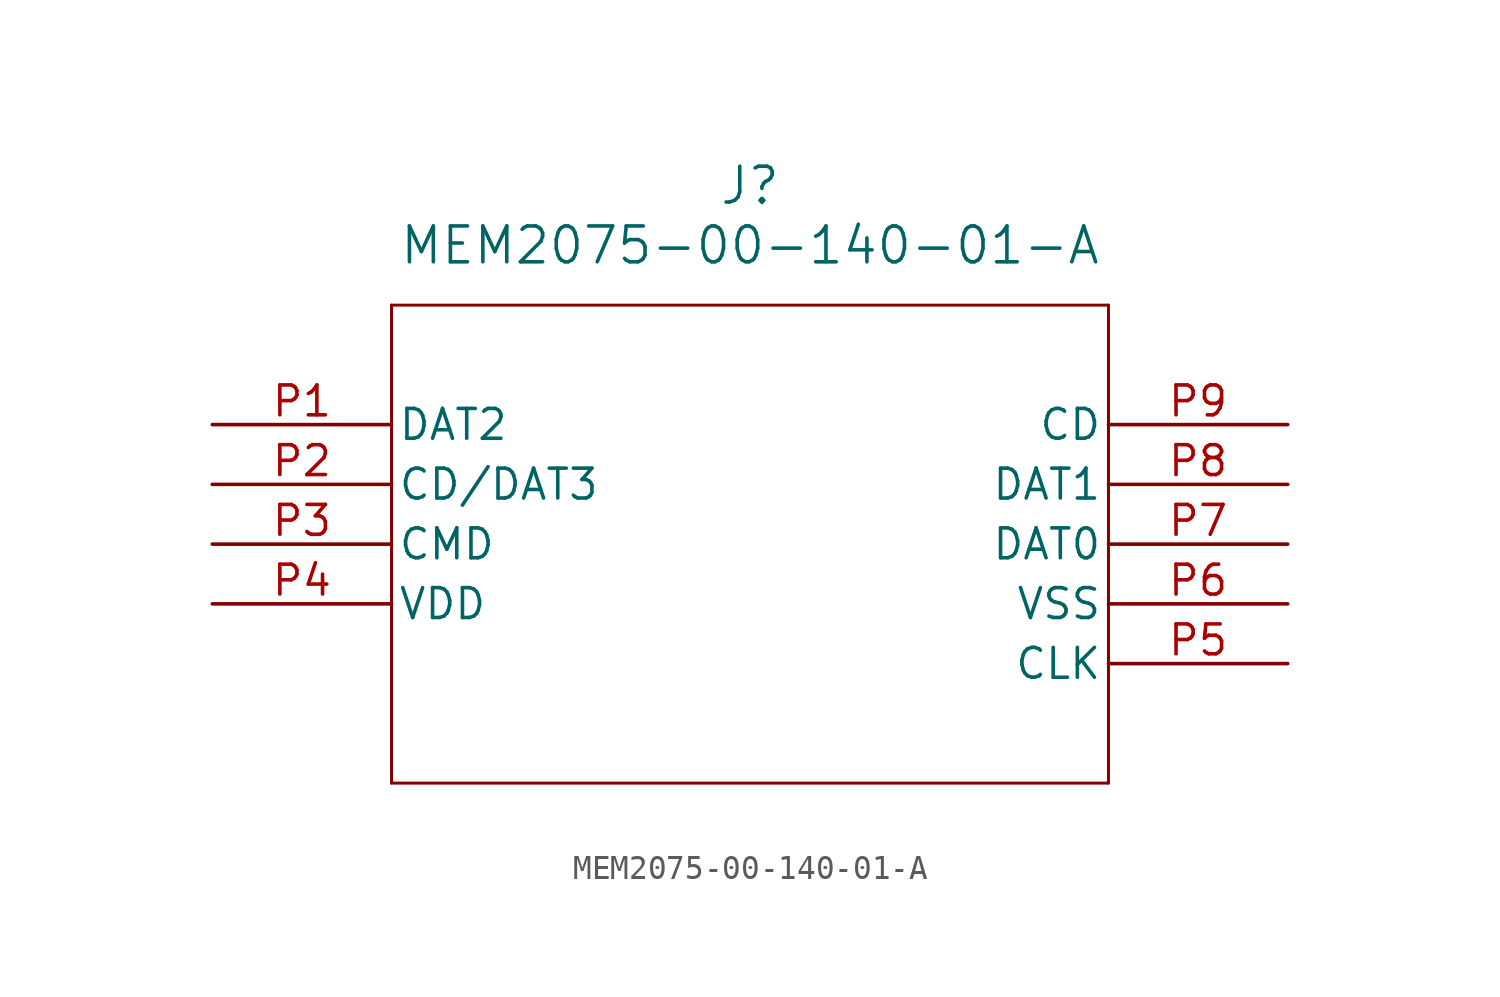
<source format=kicad_sym>
(kicad_symbol_lib
  (version 20211014)
  (generator kicad_symbol_editor)
  (symbol "MEM2075-00-140-01-A"
    (pin_names
      (offset 0.254))
    (property "Reference" "J"
      (at 22.86 10.16 0)
      (effects (font (size 1.524 1.524))))
    (property "Value" "MEM2075-00-140-01-A"
      (at 22.86 7.62 0)
      (effects (font (size 1.524 1.524))))
    (symbol "MEM2075-00-140-01-A_0_1"
      (polyline (pts (xy 7.62 5.08) (xy 7.62 -15.24)) (stroke (width 0.127) (type default) (color 0 0 0 0)) (fill (type none)))
      (polyline (pts (xy 7.62 -15.24) (xy 38.1 -15.24)) (stroke (width 0.127) (type default) (color 0 0 0 0)) (fill (type none)))
      (polyline (pts (xy 38.1 -15.24) (xy 38.1 5.08)) (stroke (width 0.127) (type default) (color 0 0 0 0)) (fill (type none)))
      (polyline (pts (xy 38.1 5.08) (xy 7.62 5.08)) (stroke (width 0.127) (type default) (color 0 0 0 0)) (fill (type none)))
      (pin bidirectional line (at 0 0 0) (length 7.62) (name "DAT2" (effects (font (size 1.27 1.27)))) (number "P1" (effects (font (size 1.27 1.27)))))
      (pin unspecified line (at 0 -2.54 0) (length 7.62) (name "CD/DAT3" (effects (font (size 1.27 1.27)))) (number "P2" (effects (font (size 1.27 1.27)))))
      (pin unspecified line (at 0 -5.08 0) (length 7.62) (name "CMD" (effects (font (size 1.27 1.27)))) (number "P3" (effects (font (size 1.27 1.27)))))
      (pin power_in line (at 0 -7.62 0) (length 7.62) (name "VDD" (effects (font (size 1.27 1.27)))) (number "P4" (effects (font (size 1.27 1.27)))))
      (pin unspecified line (at 45.72 -10.16 180) (length 7.62) (name "CLK" (effects (font (size 1.27 1.27)))) (number "P5" (effects (font (size 1.27 1.27)))))
      (pin power_out line (at 45.72 -7.62 180) (length 7.62) (name "VSS" (effects (font (size 1.27 1.27)))) (number "P6" (effects (font (size 1.27 1.27)))))
      (pin bidirectional line (at 45.72 -5.08 180) (length 7.62) (name "DAT0" (effects (font (size 1.27 1.27)))) (number "P7" (effects (font (size 1.27 1.27)))))
      (pin bidirectional line (at 45.72 -2.54 180) (length 7.62) (name "DAT1" (effects (font (size 1.27 1.27)))) (number "P8" (effects (font (size 1.27 1.27)))))
      (pin unspecified line (at 45.72 0 180) (length 7.62) (name "CD" (effects (font (size 1.27 1.27)))) (number "P9" (effects (font (size 1.27 1.27))))))))
</source>
